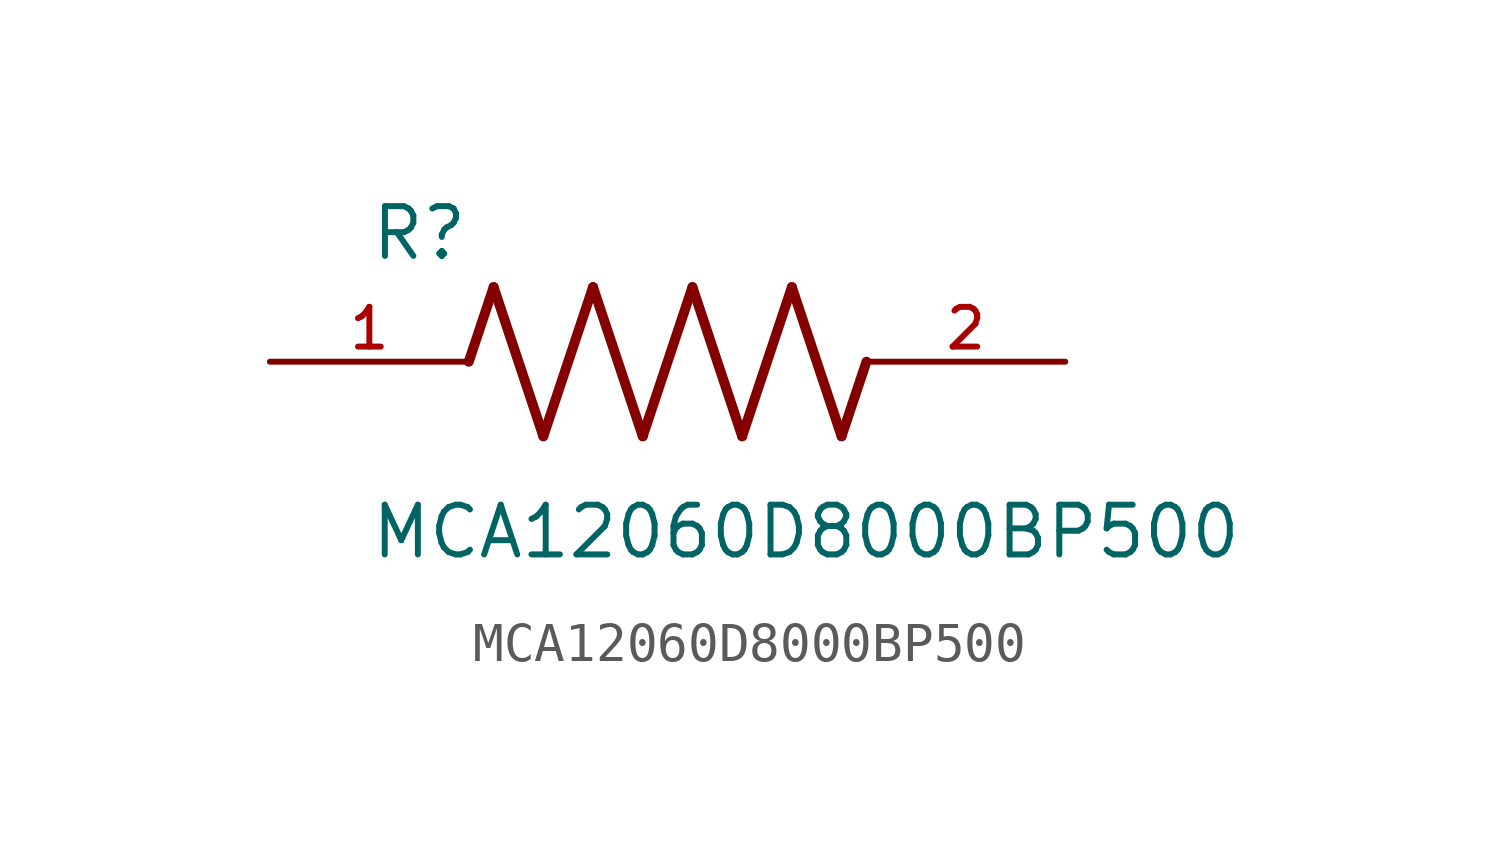
<source format=kicad_sym>
(kicad_symbol_lib
  (version 20211014)
  (generator kicad_symbol_editor)
  (symbol "MCA12060D8000BP500"
    (pin_names
      (offset 1.016))
    (property "Reference" "R"
      (at -7.624 2.541 0)
      (effects (font (size 1.27 1.27)) (justify bottom left)))
    (property "Value" "MCA12060D8000BP500"
      (at -7.63 -5.087 0)
      (effects (font (size 1.27 1.27)) (justify bottom left)))
    (symbol "MCA12060D8000BP500_0_0"
      (polyline (pts (xy -5.08 0.0) (xy -4.445 1.905)) (stroke (width 0.254)))
      (polyline (pts (xy -4.445 1.905) (xy -3.175 -1.905)) (stroke (width 0.254)))
      (polyline (pts (xy -3.175 -1.905) (xy -1.905 1.905)) (stroke (width 0.254)))
      (polyline (pts (xy -1.905 1.905) (xy -0.635 -1.905)) (stroke (width 0.254)))
      (polyline (pts (xy -0.635 -1.905) (xy 0.635 1.905)) (stroke (width 0.254)))
      (polyline (pts (xy 0.635 1.905) (xy 1.905 -1.905)) (stroke (width 0.254)))
      (polyline (pts (xy 1.905 -1.905) (xy 3.175 1.905)) (stroke (width 0.254)))
      (polyline (pts (xy 3.175 1.905) (xy 4.445 -1.905)) (stroke (width 0.254)))
      (polyline (pts (xy 4.445 -1.905) (xy 5.08 0.0)) (stroke (width 0.254)))
      (pin passive line (at -10.16 0.0 0) (length 5.08) (name "~" (effects (font (size 1.016 1.016)))) (number "1" (effects (font (size 1.016 1.016)))))
      (pin passive line (at 10.16 0.0 180.0) (length 5.08) (name "~" (effects (font (size 1.016 1.016)))) (number "2" (effects (font (size 1.016 1.016))))))))
</source>
